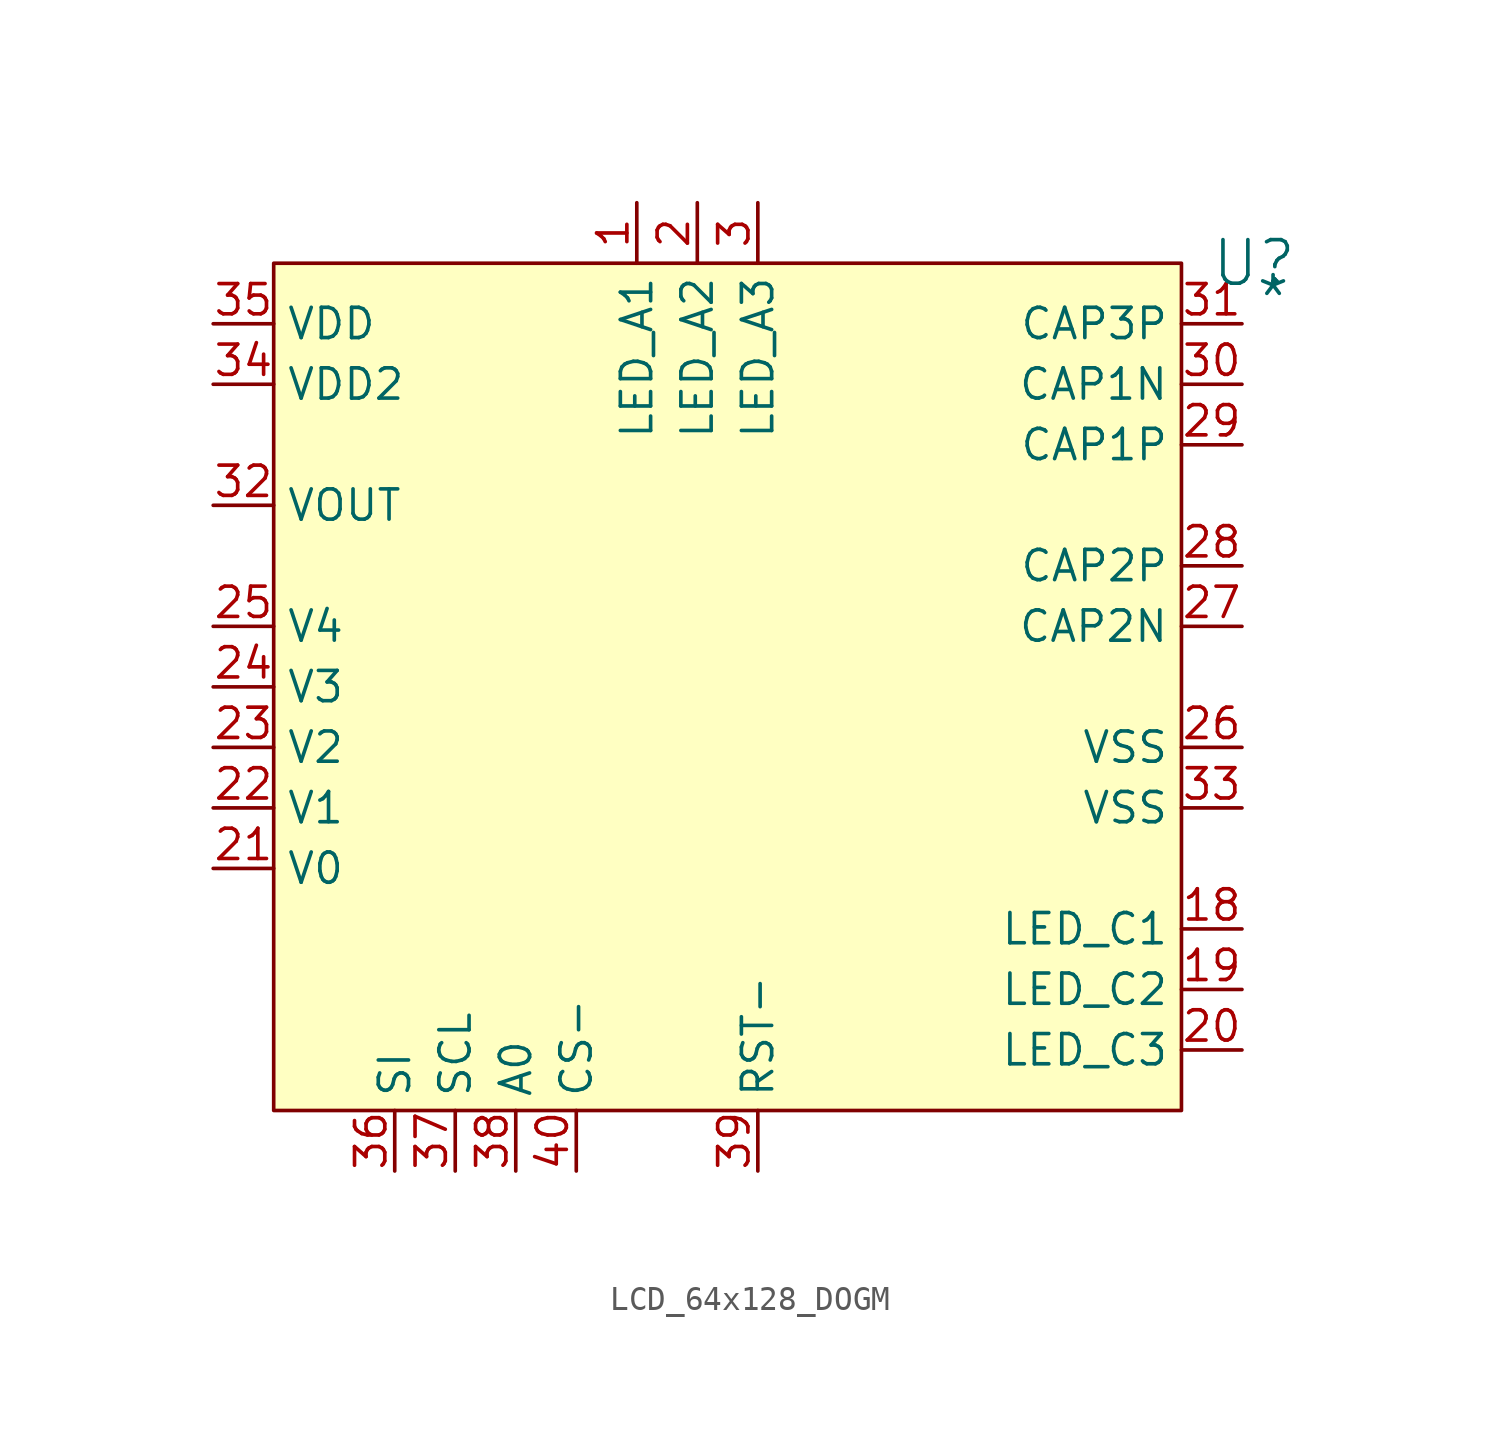
<source format=kicad_sym>
(kicad_symbol_lib
  (version 20241209)
  (generator "kicad_symbol_editor")
  (generator_version "9.0")
  (symbol "LCD_64x128_DOGM"
    (property "Reference" "U"
      (at 41.148 0 0)
      (effects (font (size 1.829 1.829))))
    (property "Value" "*"
      (at 41.148 -2.54 0)
      (effects (font (size 1.829 1.829)) (justify left bottom)))
    (symbol "LCD_64x128_DOGM_1_0"
      (rectangle (start 38.1 0) (end 0 -35.56) (stroke (width 0) (type solid) (color 128 0 0 1)) (fill (type background)))
      (pin passive line (at -2.54 -2.54 0) (length 2.54) (name "VDD" (effects (font (size 1.27 1.27)))) (number "35" (effects (font (size 1.27 1.27)))))
      (pin passive line (at -2.54 -5.08 0) (length 2.54) (name "VDD2" (effects (font (size 1.27 1.27)))) (number "34" (effects (font (size 1.27 1.27)))))
      (pin passive line (at -2.54 -10.16 0) (length 2.54) (name "VOUT" (effects (font (size 1.27 1.27)))) (number "32" (effects (font (size 1.27 1.27)))))
      (pin passive line (at -2.54 -15.24 0) (length 2.54) (name "V4" (effects (font (size 1.27 1.27)))) (number "25" (effects (font (size 1.27 1.27)))))
      (pin passive line (at -2.54 -17.78 0) (length 2.54) (name "V3" (effects (font (size 1.27 1.27)))) (number "24" (effects (font (size 1.27 1.27)))))
      (pin passive line (at -2.54 -20.32 0) (length 2.54) (name "V2" (effects (font (size 1.27 1.27)))) (number "23" (effects (font (size 1.27 1.27)))))
      (pin passive line (at -2.54 -22.86 0) (length 2.54) (name "V1" (effects (font (size 1.27 1.27)))) (number "22" (effects (font (size 1.27 1.27)))))
      (pin passive line (at -2.54 -25.4 0) (length 2.54) (name "V0" (effects (font (size 1.27 1.27)))) (number "21" (effects (font (size 1.27 1.27)))))
      (pin passive line (at 5.08 -38.1 90) (length 2.54) (name "SI" (effects (font (size 1.27 1.27)))) (number "36" (effects (font (size 1.27 1.27)))))
      (pin passive line (at 7.62 -38.1 90) (length 2.54) (name "SCL" (effects (font (size 1.27 1.27)))) (number "37" (effects (font (size 1.27 1.27)))))
      (pin passive line (at 10.16 -38.1 90) (length 2.54) (name "A0" (effects (font (size 1.27 1.27)))) (number "38" (effects (font (size 1.27 1.27)))))
      (pin passive line (at 12.7 -38.1 90) (length 2.54) (name "CS-" (effects (font (size 1.27 1.27)))) (number "40" (effects (font (size 1.27 1.27)))))
      (pin passive line (at 15.24 2.54 270) (length 2.54) (name "LED_A1" (effects (font (size 1.27 1.27)))) (number "1" (effects (font (size 1.27 1.27)))))
      (pin passive line (at 17.78 2.54 270) (length 2.54) (name "LED_A2" (effects (font (size 1.27 1.27)))) (number "2" (effects (font (size 1.27 1.27)))))
      (pin passive line (at 20.32 2.54 270) (length 2.54) (name "LED_A3" (effects (font (size 1.27 1.27)))) (number "3" (effects (font (size 1.27 1.27)))))
      (pin passive line (at 20.32 -38.1 90) (length 2.54) (name "RST-" (effects (font (size 1.27 1.27)))) (number "39" (effects (font (size 1.27 1.27)))))
      (pin passive line (at 40.64 -2.54 180) (length 2.54) (name "CAP3P" (effects (font (size 1.27 1.27)))) (number "31" (effects (font (size 1.27 1.27)))))
      (pin passive line (at 40.64 -5.08 180) (length 2.54) (name "CAP1N" (effects (font (size 1.27 1.27)))) (number "30" (effects (font (size 1.27 1.27)))))
      (pin passive line (at 40.64 -7.62 180) (length 2.54) (name "CAP1P" (effects (font (size 1.27 1.27)))) (number "29" (effects (font (size 1.27 1.27)))))
      (pin passive line (at 40.64 -12.7 180) (length 2.54) (name "CAP2P" (effects (font (size 1.27 1.27)))) (number "28" (effects (font (size 1.27 1.27)))))
      (pin passive line (at 40.64 -15.24 180) (length 2.54) (name "CAP2N" (effects (font (size 1.27 1.27)))) (number "27" (effects (font (size 1.27 1.27)))))
      (pin passive line (at 40.64 -20.32 180) (length 2.54) (name "VSS" (effects (font (size 1.27 1.27)))) (number "26" (effects (font (size 1.27 1.27)))))
      (pin passive line (at 40.64 -22.86 180) (length 2.54) (name "VSS" (effects (font (size 1.27 1.27)))) (number "33" (effects (font (size 1.27 1.27)))))
      (pin passive line (at 40.64 -27.94 180) (length 2.54) (name "LED_C1" (effects (font (size 1.27 1.27)))) (number "18" (effects (font (size 1.27 1.27)))))
      (pin passive line (at 40.64 -30.48 180) (length 2.54) (name "LED_C2" (effects (font (size 1.27 1.27)))) (number "19" (effects (font (size 1.27 1.27)))))
      (pin passive line (at 40.64 -33.02 180) (length 2.54) (name "LED_C3" (effects (font (size 1.27 1.27)))) (number "20" (effects (font (size 1.27 1.27))))))))
</source>
